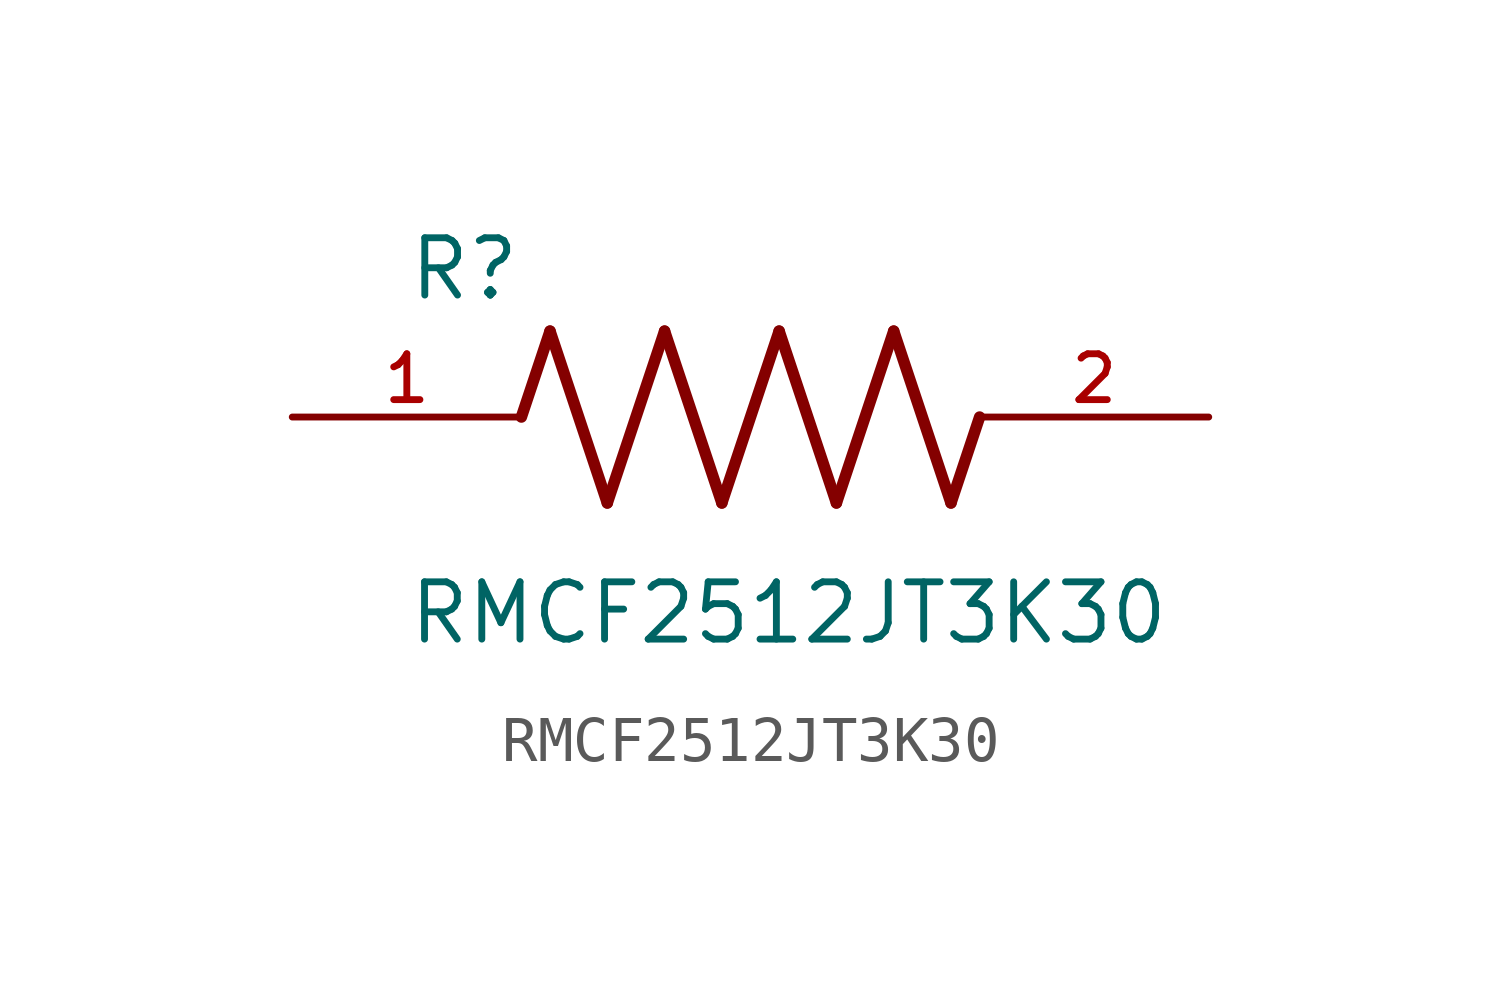
<source format=kicad_sym>
(kicad_symbol_lib
  (version 20211014)
  (generator kicad_symbol_editor)
  (symbol "RMCF2512JT3K30"
    (pin_names
      (offset 1.016))
    (property "Reference" "R"
      (at -7.624 2.541 0)
      (effects (font (size 1.27 1.27)) (justify bottom left)))
    (property "Value" "RMCF2512JT3K30"
      (at -7.63 -5.087 0)
      (effects (font (size 1.27 1.27)) (justify bottom left)))
    (symbol "RMCF2512JT3K30_0_0"
      (polyline (pts (xy -5.08 0.0) (xy -4.445 1.905)) (stroke (width 0.254)))
      (polyline (pts (xy -4.445 1.905) (xy -3.175 -1.905)) (stroke (width 0.254)))
      (polyline (pts (xy -3.175 -1.905) (xy -1.905 1.905)) (stroke (width 0.254)))
      (polyline (pts (xy -1.905 1.905) (xy -0.635 -1.905)) (stroke (width 0.254)))
      (polyline (pts (xy -0.635 -1.905) (xy 0.635 1.905)) (stroke (width 0.254)))
      (polyline (pts (xy 0.635 1.905) (xy 1.905 -1.905)) (stroke (width 0.254)))
      (polyline (pts (xy 1.905 -1.905) (xy 3.175 1.905)) (stroke (width 0.254)))
      (polyline (pts (xy 3.175 1.905) (xy 4.445 -1.905)) (stroke (width 0.254)))
      (polyline (pts (xy 4.445 -1.905) (xy 5.08 0.0)) (stroke (width 0.254)))
      (pin passive line (at -10.16 0.0 0) (length 5.08) (name "~" (effects (font (size 1.016 1.016)))) (number "1" (effects (font (size 1.016 1.016)))))
      (pin passive line (at 10.16 0.0 180.0) (length 5.08) (name "~" (effects (font (size 1.016 1.016)))) (number "2" (effects (font (size 1.016 1.016))))))))
</source>
